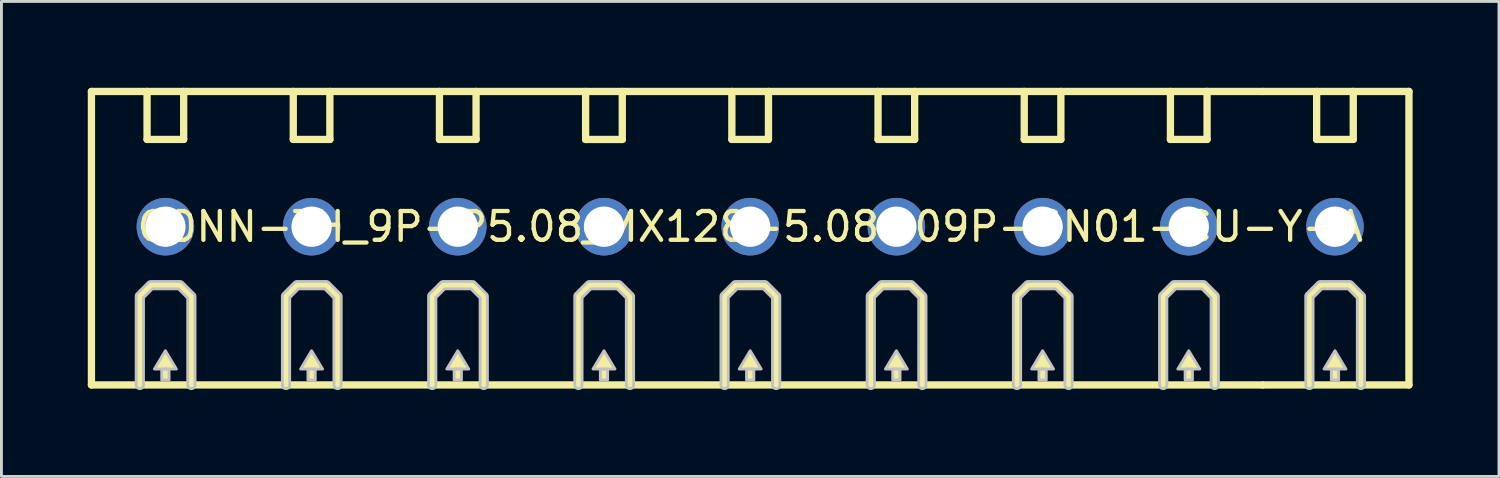
<source format=kicad_pcb>
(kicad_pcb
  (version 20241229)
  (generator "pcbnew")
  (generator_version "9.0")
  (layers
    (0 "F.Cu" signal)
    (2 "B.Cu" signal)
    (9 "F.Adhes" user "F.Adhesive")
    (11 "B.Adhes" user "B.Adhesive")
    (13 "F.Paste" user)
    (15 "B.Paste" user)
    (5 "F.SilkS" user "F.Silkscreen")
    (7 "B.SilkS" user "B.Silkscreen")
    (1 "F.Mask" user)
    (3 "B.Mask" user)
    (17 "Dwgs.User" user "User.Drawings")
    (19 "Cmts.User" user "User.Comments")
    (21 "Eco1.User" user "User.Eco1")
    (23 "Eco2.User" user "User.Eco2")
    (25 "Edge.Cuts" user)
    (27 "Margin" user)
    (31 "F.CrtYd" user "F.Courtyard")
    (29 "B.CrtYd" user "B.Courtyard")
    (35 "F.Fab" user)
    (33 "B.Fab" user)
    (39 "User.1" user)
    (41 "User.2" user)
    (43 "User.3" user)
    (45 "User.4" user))
  (footprint "CONN-TH_9P-P5.08_MX128-5.08-09P-GN01-CU-Y-A"
    (layer "F.Cu")
    (at 23.017 4.827)
    (property "Reference" "CONN-TH_9P-P5.08_MX128-5.08-09P-GN01-CU-Y-A" (at 0 0 0) (layer "F.SilkS") (effects (font (size 1 1) (thickness 0.15))))
    (fp_line (start -22.89 -4.699) (end -22.89 5.499) (stroke (width 0.254) (type default)) (layer "F.SilkS"))
    (fp_line (start -22.89 5.499) (end 17.811 5.499) (stroke (width 0.254) (type default)) (layer "F.SilkS"))
    (fp_line (start -21.209 2.413) (end -21.209 5.5) (stroke (width 0.254) (type default)) (layer "F.SilkS"))
    (fp_line (start -21.209 2.413) (end -20.828 2.032) (stroke (width 0.254) (type default)) (layer "F.SilkS"))
    (fp_line (start -20.957 -3.032) (end -20.957 -4.7) (stroke (width 0.254) (type default)) (layer "F.SilkS"))
    (fp_line (start -20.957 -3.032) (end -19.685 -3.032) (stroke (width 0.254) (type default)) (layer "F.SilkS"))
    (fp_line (start -20.828 2.032) (end -19.812 2.032) (stroke (width 0.254) (type default)) (layer "F.SilkS"))
    (fp_line (start -19.812 2.032) (end -19.418 2.426) (stroke (width 0.254) (type default)) (layer "F.SilkS"))
    (fp_line (start -19.685 -3.032) (end -19.685 -4.7) (stroke (width 0.254) (type default)) (layer "F.SilkS"))
    (fp_line (start -19.418 2.426) (end -19.418 5.5) (stroke (width 0.254) (type default)) (layer "F.SilkS"))
    (fp_line (start -16.129 2.413) (end -16.129 5.5) (stroke (width 0.254) (type default)) (layer "F.SilkS"))
    (fp_line (start -16.129 2.413) (end -15.748 2.032) (stroke (width 0.254) (type default)) (layer "F.SilkS"))
    (fp_line (start -15.877 -3.032) (end -15.877 -4.7) (stroke (width 0.254) (type default)) (layer "F.SilkS"))
    (fp_line (start -15.877 -3.032) (end -14.605 -3.032) (stroke (width 0.254) (type default)) (layer "F.SilkS"))
    (fp_line (start -15.748 2.032) (end -14.732 2.032) (stroke (width 0.254) (type default)) (layer "F.SilkS"))
    (fp_line (start -14.732 2.032) (end -14.338 2.426) (stroke (width 0.254) (type default)) (layer "F.SilkS"))
    (fp_line (start -14.605 -3.032) (end -14.605 -4.7) (stroke (width 0.254) (type default)) (layer "F.SilkS"))
    (fp_line (start -14.338 2.426) (end -14.338 5.5) (stroke (width 0.254) (type default)) (layer "F.SilkS"))
    (fp_line (start -11.049 2.413) (end -11.049 5.5) (stroke (width 0.254) (type default)) (layer "F.SilkS"))
    (fp_line (start -11.049 2.413) (end -10.668 2.032) (stroke (width 0.254) (type default)) (layer "F.SilkS"))
    (fp_line (start -10.797 -3.032) (end -10.797 -4.7) (stroke (width 0.254) (type default)) (layer "F.SilkS"))
    (fp_line (start -10.797 -3.032) (end -9.525 -3.032) (stroke (width 0.254) (type default)) (layer "F.SilkS"))
    (fp_line (start -10.668 2.032) (end -9.652 2.032) (stroke (width 0.254) (type default)) (layer "F.SilkS"))
    (fp_line (start -9.652 2.032) (end -9.258 2.426) (stroke (width 0.254) (type default)) (layer "F.SilkS"))
    (fp_line (start -9.525 -3.032) (end -9.525 -4.7) (stroke (width 0.254) (type default)) (layer "F.SilkS"))
    (fp_line (start -9.258 2.426) (end -9.258 5.5) (stroke (width 0.254) (type default)) (layer "F.SilkS"))
    (fp_line (start -5.969 2.413) (end -5.969 5.5) (stroke (width 0.254) (type default)) (layer "F.SilkS"))
    (fp_line (start -5.969 2.413) (end -5.588 2.032) (stroke (width 0.254) (type default)) (layer "F.SilkS"))
    (fp_line (start -5.718 -3.031) (end -5.718 -4.7) (stroke (width 0.254) (type default)) (layer "F.SilkS"))
    (fp_line (start -5.718 -3.031) (end -4.445 -3.031) (stroke (width 0.254) (type default)) (layer "F.SilkS"))
    (fp_line (start -5.588 2.032) (end -4.572 2.032) (stroke (width 0.254) (type default)) (layer "F.SilkS"))
    (fp_line (start -4.572 2.032) (end -4.178 2.426) (stroke (width 0.254) (type default)) (layer "F.SilkS"))
    (fp_line (start -4.445 -3.031) (end -4.445 -4.7) (stroke (width 0.254) (type default)) (layer "F.SilkS"))
    (fp_line (start -4.178 2.426) (end -4.178 5.5) (stroke (width 0.254) (type default)) (layer "F.SilkS"))
    (fp_line (start -0.889 2.413) (end -0.889 5.5) (stroke (width 0.254) (type default)) (layer "F.SilkS"))
    (fp_line (start -0.889 2.413) (end -0.508 2.032) (stroke (width 0.254) (type default)) (layer "F.SilkS"))
    (fp_line (start -0.637 -3.032) (end -0.637 -4.7) (stroke (width 0.254) (type default)) (layer "F.SilkS"))
    (fp_line (start -0.637 -3.032) (end 0.635 -3.032) (stroke (width 0.254) (type default)) (layer "F.SilkS"))
    (fp_line (start -0.508 2.032) (end 0.508 2.032) (stroke (width 0.254) (type default)) (layer "F.SilkS"))
    (fp_line (start 0.508 2.032) (end 0.902 2.426) (stroke (width 0.254) (type default)) (layer "F.SilkS"))
    (fp_line (start 0.635 -3.032) (end 0.635 -4.7) (stroke (width 0.254) (type default)) (layer "F.SilkS"))
    (fp_line (start 0.902 2.426) (end 0.902 5.5) (stroke (width 0.254) (type default)) (layer "F.SilkS"))
    (fp_line (start 4.191 2.413) (end 4.191 5.5) (stroke (width 0.254) (type default)) (layer "F.SilkS"))
    (fp_line (start 4.191 2.413) (end 4.572 2.032) (stroke (width 0.254) (type default)) (layer "F.SilkS"))
    (fp_line (start 4.442 -3.032) (end 4.442 -4.7) (stroke (width 0.254) (type default)) (layer "F.SilkS"))
    (fp_line (start 4.442 -3.032) (end 5.715 -3.032) (stroke (width 0.254) (type default)) (layer "F.SilkS"))
    (fp_line (start 4.572 2.032) (end 5.588 2.032) (stroke (width 0.254) (type default)) (layer "F.SilkS"))
    (fp_line (start 5.588 2.032) (end 5.982 2.426) (stroke (width 0.254) (type default)) (layer "F.SilkS"))
    (fp_line (start 5.715 -3.032) (end 5.715 -4.7) (stroke (width 0.254) (type default)) (layer "F.SilkS"))
    (fp_line (start 5.982 2.426) (end 5.982 5.5) (stroke (width 0.254) (type default)) (layer "F.SilkS"))
    (fp_line (start 9.271 2.413) (end 9.271 5.5) (stroke (width 0.254) (type default)) (layer "F.SilkS"))
    (fp_line (start 9.271 2.413) (end 9.652 2.032) (stroke (width 0.254) (type default)) (layer "F.SilkS"))
    (fp_line (start 9.523 -3.032) (end 9.523 -4.7) (stroke (width 0.254) (type default)) (layer "F.SilkS"))
    (fp_line (start 9.523 -3.032) (end 10.795 -3.032) (stroke (width 0.254) (type default)) (layer "F.SilkS"))
    (fp_line (start 9.652 2.032) (end 10.668 2.032) (stroke (width 0.254) (type default)) (layer "F.SilkS"))
    (fp_line (start 10.668 2.032) (end 11.062 2.426) (stroke (width 0.254) (type default)) (layer "F.SilkS"))
    (fp_line (start 10.795 -3.032) (end 10.795 -4.7) (stroke (width 0.254) (type default)) (layer "F.SilkS"))
    (fp_line (start 11.062 2.426) (end 11.062 5.5) (stroke (width 0.254) (type default)) (layer "F.SilkS"))
    (fp_line (start 14.351 2.413) (end 14.351 5.5) (stroke (width 0.254) (type default)) (layer "F.SilkS"))
    (fp_line (start 14.351 2.413) (end 14.732 2.032) (stroke (width 0.254) (type default)) (layer "F.SilkS"))
    (fp_line (start 14.602 -3.032) (end 14.602 -4.7) (stroke (width 0.254) (type default)) (layer "F.SilkS"))
    (fp_line (start 14.602 -3.032) (end 15.875 -3.032) (stroke (width 0.254) (type default)) (layer "F.SilkS"))
    (fp_line (start 14.732 2.032) (end 15.748 2.032) (stroke (width 0.254) (type default)) (layer "F.SilkS"))
    (fp_line (start 15.748 2.032) (end 16.142 2.426) (stroke (width 0.254) (type default)) (layer "F.SilkS"))
    (fp_line (start 15.875 -3.032) (end 15.875 -4.7) (stroke (width 0.254) (type default)) (layer "F.SilkS"))
    (fp_line (start 16.142 2.426) (end 16.142 5.5) (stroke (width 0.254) (type default)) (layer "F.SilkS"))
    (fp_line (start 17.811 5.499) (end 22.89 5.499) (stroke (width 0.254) (type default)) (layer "F.SilkS"))
    (fp_line (start 17.811 -4.699) (end -22.89 -4.699) (stroke (width 0.254) (type default)) (layer "F.SilkS"))
    (fp_line (start 17.811 -4.699) (end 22.89 -4.699) (stroke (width 0.254) (type default)) (layer "F.SilkS"))
    (fp_line (start 19.431 2.413) (end 19.431 5.5) (stroke (width 0.254) (type default)) (layer "F.SilkS"))
    (fp_line (start 19.431 2.413) (end 19.812 2.032) (stroke (width 0.254) (type default)) (layer "F.SilkS"))
    (fp_line (start 19.683 -3.032) (end 19.683 -4.7) (stroke (width 0.254) (type default)) (layer "F.SilkS"))
    (fp_line (start 19.683 -3.032) (end 20.955 -3.032) (stroke (width 0.254) (type default)) (layer "F.SilkS"))
    (fp_line (start 19.812 2.032) (end 20.828 2.032) (stroke (width 0.254) (type default)) (layer "F.SilkS"))
    (fp_line (start 20.828 2.032) (end 21.223 2.426) (stroke (width 0.254) (type default)) (layer "F.SilkS"))
    (fp_line (start 20.955 -3.032) (end 20.955 -4.7) (stroke (width 0.254) (type default)) (layer "F.SilkS"))
    (fp_line (start 21.223 2.426) (end 21.223 5.5) (stroke (width 0.254) (type default)) (layer "F.SilkS"))
    (fp_line (start 22.89 5.5) (end 22.89 -4.7) (stroke (width 0.254) (type default)) (layer "F.SilkS"))
    (fp_poly (pts (xy -20.701 4.945) (xy -19.939 4.945) (xy -20.32 4.31)) (stroke (width 0) (type default)) (fill yes) (layer "F.SilkS"))
    (fp_poly (pts (xy -15.621 4.945) (xy -14.859 4.945) (xy -15.24 4.31)) (stroke (width 0) (type default)) (fill yes) (layer "F.SilkS"))
    (fp_poly (pts (xy -10.541 4.945) (xy -9.779 4.945) (xy -10.16 4.31)) (stroke (width 0) (type default)) (fill yes) (layer "F.SilkS"))
    (fp_poly (pts (xy -5.461 4.945) (xy -4.699 4.945) (xy -5.08 4.31)) (stroke (width 0) (type default)) (fill yes) (layer "F.SilkS"))
    (fp_poly (pts (xy -0.381 4.945) (xy 0.381 4.945) (xy 0 4.31)) (stroke (width 0) (type default)) (fill yes) (layer "F.SilkS"))
    (fp_poly (pts (xy 4.699 4.945) (xy 5.461 4.945) (xy 5.08 4.31)) (stroke (width 0) (type default)) (fill yes) (layer "F.SilkS"))
    (fp_poly (pts (xy 9.779 4.945) (xy 10.541 4.945) (xy 10.16 4.31)) (stroke (width 0) (type default)) (fill yes) (layer "F.SilkS"))
    (fp_poly (pts (xy 14.86 4.945) (xy 15.621 4.945) (xy 15.241 4.31)) (stroke (width 0) (type default)) (fill yes) (layer "F.SilkS"))
    (fp_poly (pts (xy 19.939 4.945) (xy 20.701 4.945) (xy 20.32 4.31)) (stroke (width 0) (type default)) (fill yes) (layer "F.SilkS"))
    (fp_poly (pts (xy -20.447 4.945) (xy -20.447 5.326) (xy -20.193 5.326) (xy -20.193 4.945)) (stroke (width 0) (type default)) (fill yes) (layer "F.SilkS"))
    (fp_poly (pts (xy -15.367 4.945) (xy -15.367 5.326) (xy -15.113 5.326) (xy -15.113 4.945)) (stroke (width 0) (type default)) (fill yes) (layer "F.SilkS"))
    (fp_poly (pts (xy -10.287 4.945) (xy -10.287 5.326) (xy -10.033 5.326) (xy -10.033 4.945)) (stroke (width 0) (type default)) (fill yes) (layer "F.SilkS"))
    (fp_poly (pts (xy -5.207 4.945) (xy -5.207 5.326) (xy -4.953 5.326) (xy -4.953 4.945)) (stroke (width 0) (type default)) (fill yes) (layer "F.SilkS"))
    (fp_poly (pts (xy -0.127 4.945) (xy -0.127 5.326) (xy 0.127 5.326) (xy 0.127 4.945)) (stroke (width 0) (type default)) (fill yes) (layer "F.SilkS"))
    (fp_poly (pts (xy 4.953 4.945) (xy 4.953 5.326) (xy 5.207 5.326) (xy 5.207 4.945)) (stroke (width 0) (type default)) (fill yes) (layer "F.SilkS"))
    (fp_poly (pts (xy 10.033 4.945) (xy 10.033 5.326) (xy 10.287 5.326) (xy 10.287 4.945)) (stroke (width 0) (type default)) (fill yes) (layer "F.SilkS"))
    (fp_poly (pts (xy 15.114 4.945) (xy 15.114 5.326) (xy 15.367 5.326) (xy 15.367 4.945)) (stroke (width 0) (type default)) (fill yes) (layer "F.SilkS"))
    (fp_poly (pts (xy 20.193 4.945) (xy 20.193 5.326) (xy 20.447 5.326) (xy 20.447 4.945)) (stroke (width 0) (type default)) (fill yes) (layer "F.SilkS"))
    (fp_poly (pts (xy -20.701 4.945) (xy -19.939 4.945) (xy -20.32 4.31)) (stroke (width 0.1) (type default)) (fill no) (layer "Dwgs.User"))
    (fp_poly (pts (xy -15.621 4.945) (xy -14.859 4.945) (xy -15.24 4.31)) (stroke (width 0.1) (type default)) (fill no) (layer "Dwgs.User"))
    (fp_poly (pts (xy -10.541 4.945) (xy -9.779 4.945) (xy -10.16 4.31)) (stroke (width 0.1) (type default)) (fill no) (layer "Dwgs.User"))
    (fp_poly (pts (xy -5.461 4.945) (xy -4.699 4.945) (xy -5.08 4.31)) (stroke (width 0.1) (type default)) (fill no) (layer "Dwgs.User"))
    (fp_poly (pts (xy -0.381 4.945) (xy 0.381 4.945) (xy 0 4.31)) (stroke (width 0.1) (type default)) (fill no) (layer "Dwgs.User"))
    (fp_poly (pts (xy 4.699 4.945) (xy 5.461 4.945) (xy 5.08 4.31)) (stroke (width 0.1) (type default)) (fill no) (layer "Dwgs.User"))
    (fp_poly (pts (xy 9.779 4.945) (xy 10.541 4.945) (xy 10.16 4.31)) (stroke (width 0.1) (type default)) (fill no) (layer "Dwgs.User"))
    (fp_poly (pts (xy 14.859 4.945) (xy 15.621 4.945) (xy 15.24 4.31)) (stroke (width 0.1) (type default)) (fill no) (layer "Dwgs.User"))
    (fp_poly (pts (xy 19.939 4.945) (xy 20.701 4.945) (xy 20.32 4.31)) (stroke (width 0.1) (type default)) (fill no) (layer "Dwgs.User"))
    (fp_poly (pts (xy -20.447 4.945) (xy -20.447 5.326) (xy -20.193 5.326) (xy -20.193 4.945)) (stroke (width 0.1) (type default)) (fill no) (layer "Dwgs.User"))
    (fp_poly (pts (xy -15.367 4.945) (xy -15.367 5.326) (xy -15.113 5.326) (xy -15.113 4.945)) (stroke (width 0.1) (type default)) (fill no) (layer "Dwgs.User"))
    (fp_poly (pts (xy -10.287 4.945) (xy -10.287 5.326) (xy -10.033 5.326) (xy -10.033 4.945)) (stroke (width 0.1) (type default)) (fill no) (layer "Dwgs.User"))
    (fp_poly (pts (xy -5.207 4.945) (xy -5.207 5.326) (xy -4.953 5.326) (xy -4.953 4.945)) (stroke (width 0.1) (type default)) (fill no) (layer "Dwgs.User"))
    (fp_poly (pts (xy -0.127 4.945) (xy -0.127 5.326) (xy 0.127 5.326) (xy 0.127 4.945)) (stroke (width 0.1) (type default)) (fill no) (layer "Dwgs.User"))
    (fp_poly (pts (xy 4.953 4.945) (xy 4.953 5.326) (xy 5.207 5.326) (xy 5.207 4.945)) (stroke (width 0.1) (type default)) (fill no) (layer "Dwgs.User"))
    (fp_poly (pts (xy 10.033 4.945) (xy 10.033 5.326) (xy 10.287 5.326) (xy 10.287 4.945)) (stroke (width 0.1) (type default)) (fill no) (layer "Dwgs.User"))
    (fp_poly (pts (xy 15.113 4.945) (xy 15.113 5.326) (xy 15.367 5.326) (xy 15.367 4.945)) (stroke (width 0.1) (type default)) (fill no) (layer "Dwgs.User"))
    (fp_poly (pts (xy 20.193 4.945) (xy 20.193 5.326) (xy 20.447 5.326) (xy 20.447 4.945)) (stroke (width 0.1) (type default)) (fill no) (layer "Dwgs.User"))
    (fp_poly (pts (arc (start -21.0815 5.5) (mid -21.2085 5.627) (end -21.3355 5.5)) (arc (start -21.3355 2.413) (mid -21.3259 2.364563) (end -21.2985 2.3235)) (arc (start -20.9175 1.9425) (mid -20.876207 1.914967) (end -20.8275 1.905)) (arc (start -19.8115 1.905) (mid -19.762899 1.914667) (end -19.722 1.9425)) (arc (start -19.3275 2.3365) (mid -19.299909 2.377792) (end -19.2905 2.4265)) (arc (start -19.2905 5.5) (mid -19.4175 5.627) (end -19.5445 5.5)) (xy -19.544 2.479) (xy -19.864 2.159) (xy -20.775 2.159) (xy -21.081 2.466)) (stroke (width 0.1) (type default)) (fill no) (layer "Dwgs.User"))
    (fp_poly (pts (arc (start -16.0015 5.5) (mid -16.1285 5.627) (end -16.2555 5.5)) (arc (start -16.2555 2.413) (mid -16.2459 2.364563) (end -16.2185 2.3235)) (arc (start -15.8375 1.9425) (mid -15.796236 1.914803) (end -15.7475 1.905)) (arc (start -14.7315 1.905) (mid -14.682899 1.914667) (end -14.642 1.9425)) (arc (start -14.2475 2.3365) (mid -14.219909 2.377792) (end -14.2105 2.4265)) (arc (start -14.2105 5.5) (mid -14.3375 5.627) (end -14.4645 5.5)) (xy -14.464 2.479) (xy -14.784 2.159) (xy -15.695 2.159) (xy -16.002 2.466)) (stroke (width 0.1) (type default)) (fill no) (layer "Dwgs.User"))
    (fp_poly (pts (arc (start -10.9215 5.5) (mid -11.0485 5.627) (end -11.1755 5.5)) (arc (start -11.1755 2.413) (mid -11.1659 2.364563) (end -11.1385 2.3235)) (arc (start -10.7575 1.9425) (mid -10.716437 1.915063) (end -10.668 1.905)) (arc (start -9.652 1.905) (mid -9.603236 1.914735) (end -9.562 1.9425)) (arc (start -9.1675 2.3365) (mid -9.139909 2.377792) (end -9.1305 2.4265)) (arc (start -9.1305 5.5) (mid -9.2575 5.627) (end -9.3845 5.5)) (xy -9.384 2.479) (xy -9.704 2.159) (xy -10.615 2.159) (xy -10.921 2.466)) (stroke (width 0.1) (type default)) (fill no) (layer "Dwgs.User"))
    (fp_poly (pts (arc (start -5.8415 5.5) (mid -5.9685 5.627) (end -6.0955 5.5)) (arc (start -6.0955 2.413) (mid -6.0859 2.364563) (end -6.0585 2.3235)) (arc (start -5.6775 1.9425) (mid -5.636437 1.915063) (end -5.588 1.905)) (arc (start -4.572 1.905) (mid -4.523236 1.914735) (end -4.482 1.9425)) (arc (start -4.088 2.3365) (mid -4.060303 2.377764) (end -4.0505 2.4265)) (arc (start -4.0505 5.5) (mid -4.1775 5.627) (end -4.3045 5.5)) (xy -4.304 2.479) (xy -4.625 2.159) (xy -5.535 2.159) (xy -5.841 2.466)) (stroke (width 0.1) (type default)) (fill no) (layer "Dwgs.User"))
    (fp_poly (pts (arc (start -0.762 5.5) (mid -0.889 5.627) (end -1.016 5.5)) (arc (start -1.016 2.413) (mid -1.006333 2.364399) (end -0.9785 2.3235)) (arc (start -0.5975 1.9425) (mid -0.556437 1.915063) (end -0.508 1.905)) (arc (start 0.508 1.905) (mid 0.556764 1.914735) (end 0.598 1.9425)) (arc (start 0.992 2.3365) (mid 1.019697 2.377764) (end 1.0295 2.4265)) (arc (start 1.0295 5.5) (mid 0.9025 5.627) (end 0.7755 5.5)) (xy 0.775 2.479) (xy 0.456 2.159) (xy -0.456 2.159) (xy -0.762 2.466)) (stroke (width 0.1) (type default)) (fill no) (layer "Dwgs.User"))
    (fp_poly (pts (arc (start 4.318 5.5) (mid 4.191 5.627) (end 4.064 5.5)) (arc (start 4.064 2.413) (mid 4.073667 2.364399) (end 4.1015 2.3235)) (arc (start 4.4825 1.9425) (mid 4.523563 1.915063) (end 4.572 1.905)) (arc (start 5.588 1.905) (mid 5.636764 1.914735) (end 5.678 1.9425)) (arc (start 6.072 2.3365) (mid 6.099697 2.377764) (end 6.1095 2.4265)) (arc (start 6.1095 5.5) (mid 5.9825 5.627) (end 5.8555 5.5)) (xy 5.856 2.479) (xy 5.535 2.159) (xy 4.625 2.159) (xy 4.318 2.466)) (stroke (width 0.1) (type default)) (fill no) (layer "Dwgs.User"))
    (fp_poly (pts (arc (start 9.398 5.5) (mid 9.271 5.627) (end 9.144 5.5)) (arc (start 9.144 2.413) (mid 9.153667 2.364399) (end 9.1815 2.3235)) (arc (start 9.5625 1.9425) (mid 9.603563 1.915063) (end 9.652 1.905)) (arc (start 10.668 1.905) (mid 10.716764 1.914735) (end 10.758 1.9425)) (arc (start 11.152 2.3365) (mid 11.179697 2.377764) (end 11.1895 2.4265)) (arc (start 11.1895 5.5) (mid 11.0625 5.627) (end 10.9355 5.5)) (xy 10.935 2.479) (xy 10.616 2.159) (xy 9.705 2.159) (xy 9.398 2.466)) (stroke (width 0.1) (type default)) (fill no) (layer "Dwgs.User"))
    (fp_poly (pts (arc (start 14.478 5.5) (mid 14.351 5.627) (end 14.224 5.5)) (arc (start 14.224 2.413) (mid 14.233667 2.364399) (end 14.2615 2.3235)) (arc (start 14.6425 1.9425) (mid 14.683563 1.915063) (end 14.732 1.905)) (arc (start 15.748 1.905) (mid 15.796764 1.914735) (end 15.838 1.9425)) (arc (start 16.232 2.3365) (mid 16.259697 2.377764) (end 16.2695 2.4265)) (arc (start 16.2695 5.5) (mid 16.1425 5.627) (end 16.0155 5.5)) (xy 16.015 2.479) (xy 15.695 2.159) (xy 14.784 2.159) (xy 14.478 2.466)) (stroke (width 0.1) (type default)) (fill no) (layer "Dwgs.User"))
    (fp_poly (pts (arc (start 19.558 5.5) (mid 19.431 5.627) (end 19.304 5.5)) (arc (start 19.304 2.413) (mid 19.313667 2.364399) (end 19.3415 2.3235)) (arc (start 19.7225 1.9425) (mid 19.763563 1.915063) (end 19.812 1.905)) (arc (start 20.828 1.905) (mid 20.876764 1.914735) (end 20.918 1.9425)) (arc (start 21.312 2.3365) (mid 21.339697 2.377764) (end 21.3495 2.4265)) (arc (start 21.3495 5.5) (mid 21.2225 5.627) (end 21.0955 5.5)) (xy 21.096 2.479) (xy 20.776 2.159) (xy 19.865 2.159) (xy 19.558 2.466)) (stroke (width 0.1) (type default)) (fill no) (layer "Dwgs.User"))
    (fp_poly (pts (xy -20.77 -0.4) (xy -19.87 -0.4) (xy -19.87 0.4) (xy -20.77 0.4)) (stroke (width 0.1) (type default)) (fill no) (layer "User.1"))
    (fp_poly (pts (xy -15.69 -0.4) (xy -14.79 -0.4) (xy -14.79 0.4) (xy -15.69 0.4)) (stroke (width 0.1) (type default)) (fill no) (layer "User.1"))
    (fp_poly (pts (xy -10.61 -0.4) (xy -9.71 -0.4) (xy -9.71 0.4) (xy -10.61 0.4)) (stroke (width 0.1) (type default)) (fill no) (layer "User.1"))
    (fp_poly (pts (xy -5.53 -0.4) (xy -4.63 -0.4) (xy -4.63 0.4) (xy -5.53 0.4)) (stroke (width 0.1) (type default)) (fill no) (layer "User.1"))
    (fp_poly (pts (xy -0.45 -0.4) (xy 0.45 -0.4) (xy 0.45 0.4) (xy -0.45 0.4)) (stroke (width 0.1) (type default)) (fill no) (layer "User.1"))
    (fp_poly (pts (xy 4.63 -0.4) (xy 5.53 -0.4) (xy 5.53 0.4) (xy 4.63 0.4)) (stroke (width 0.1) (type default)) (fill no) (layer "User.1"))
    (fp_poly (pts (xy 9.71 -0.4) (xy 10.61 -0.4) (xy 10.61 0.4) (xy 9.71 0.4)) (stroke (width 0.1) (type default)) (fill no) (layer "User.1"))
    (fp_poly (pts (xy 14.79 -0.4) (xy 15.69 -0.4) (xy 15.69 0.4) (xy 14.79 0.4)) (stroke (width 0.1) (type default)) (fill no) (layer "User.1"))
    (fp_poly (pts (xy 19.87 -0.4) (xy 20.77 -0.4) (xy 20.77 0.4) (xy 19.87 0.4)) (stroke (width 0.1) (type default)) (fill no) (layer "User.1"))
    (fp_line (start -22.86 -4.7) (end 22.86 -4.7) (stroke (width 0.051) (type default)) (layer "User.2"))
    (fp_line (start -22.86 5.5) (end -22.86 -4.7) (stroke (width 0.051) (type default)) (layer "User.2"))
    (fp_line (start 22.86 -4.7) (end 22.86 5.5) (stroke (width 0.051) (type default)) (layer "User.2"))
    (fp_line (start 22.86 5.5) (end -22.86 5.5) (stroke (width 0.051) (type default)) (layer "User.2"))
    (fp_poly (pts (xy -22.805 5.477) (xy -22.837 5.445) (xy -22.883 5.445) (xy -22.915 5.477) (xy -22.915 5.523) (xy -22.883 5.555) (xy -22.837 5.555) (xy -22.805 5.523)) (stroke (width 0.1) (type default)) (fill no) (layer "User.3"))
    (pad "1" thru_hole circle (at -20.32 0) (size 2 2) (drill 1.4) (layers "*.Cu" "*.Mask"))
    (pad "2" thru_hole circle (at -15.24 0) (size 2 2) (drill 1.4) (layers "*.Cu" "*.Mask"))
    (pad "3" thru_hole circle (at -10.16 0) (size 2 2) (drill 1.4) (layers "*.Cu" "*.Mask"))
    (pad "4" thru_hole circle (at -5.08 0) (size 2 2) (drill 1.4) (layers "*.Cu" "*.Mask"))
    (pad "5" thru_hole circle (at 0 0) (size 2 2) (drill 1.4) (layers "*.Cu" "*.Mask"))
    (pad "6" thru_hole circle (at 5.08 0) (size 2 2) (drill 1.4) (layers "*.Cu" "*.Mask"))
    (pad "7" thru_hole circle (at 10.16 0) (size 2 2) (drill 1.4) (layers "*.Cu" "*.Mask"))
    (pad "8" thru_hole circle (at 15.24 0) (size 2 2) (drill 1.4) (layers "*.Cu" "*.Mask"))
    (pad "9" thru_hole circle (at 20.32 0) (size 2 2) (drill 1.4) (layers "*.Cu" "*.Mask")))
  (gr_rect
    (start -3 -3)
    (end 49.035 13.504)
    (stroke (width 0.1) (type default))
    (fill no)
    (layer "Edge.Cuts")))
</source>
